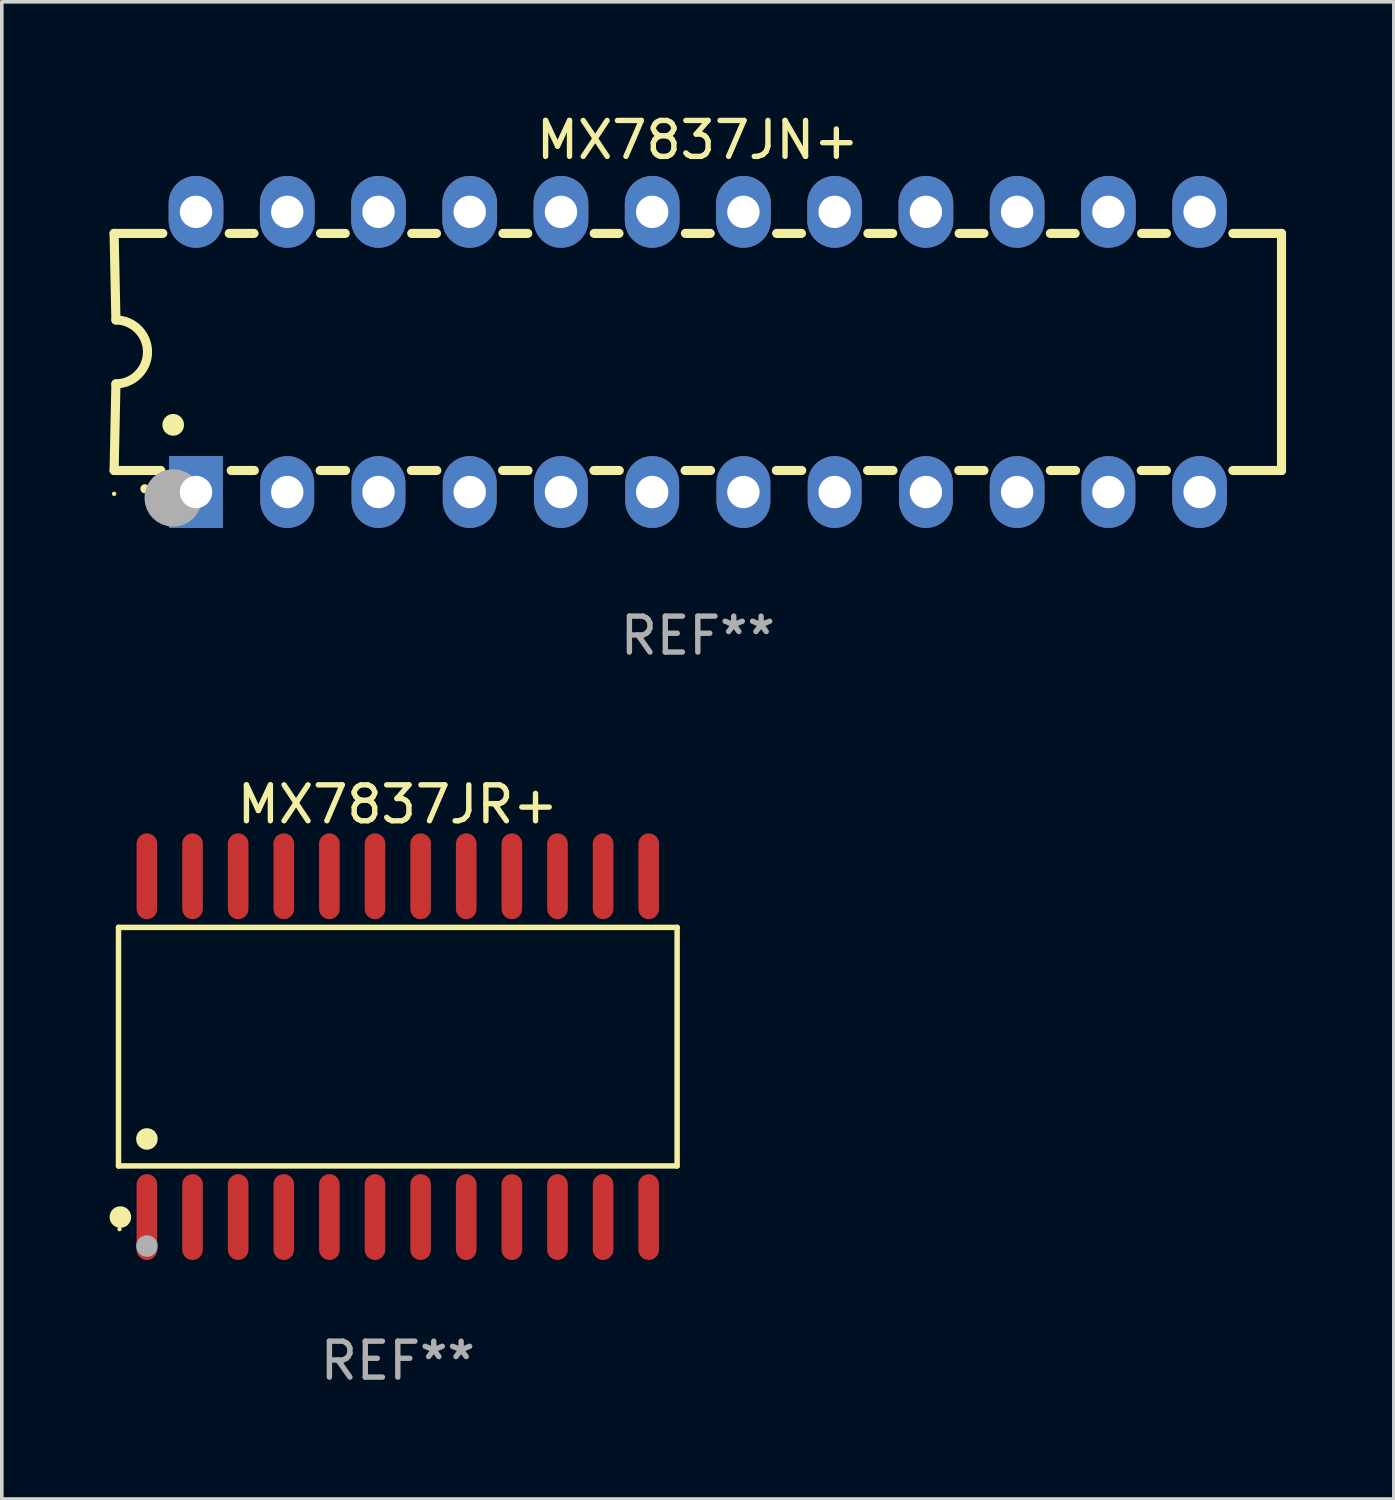
<source format=kicad_pcb>
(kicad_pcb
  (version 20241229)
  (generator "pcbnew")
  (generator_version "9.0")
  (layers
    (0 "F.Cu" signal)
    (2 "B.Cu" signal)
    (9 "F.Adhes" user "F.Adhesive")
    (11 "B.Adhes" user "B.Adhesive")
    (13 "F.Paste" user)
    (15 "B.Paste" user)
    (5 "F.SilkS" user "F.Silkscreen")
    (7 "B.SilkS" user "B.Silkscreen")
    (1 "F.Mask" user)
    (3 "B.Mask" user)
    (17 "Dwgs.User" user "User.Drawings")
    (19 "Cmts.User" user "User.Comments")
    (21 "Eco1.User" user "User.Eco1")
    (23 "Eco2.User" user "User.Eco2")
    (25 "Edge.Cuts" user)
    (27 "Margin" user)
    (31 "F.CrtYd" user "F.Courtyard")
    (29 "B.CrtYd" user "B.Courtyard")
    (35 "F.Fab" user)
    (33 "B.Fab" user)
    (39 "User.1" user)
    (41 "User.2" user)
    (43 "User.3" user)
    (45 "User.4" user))
  (footprint "MX7837JN+"
    (layer "F.Cu")
    (at 16.377 6.748)
    (property "Reference" "MX7837JN+" (at 0 -5.9 0) (layer "F.SilkS") (effects (font (size 1 1) (thickness 0.15))))
    (attr through_hole)
    (fp_line (start -16.25 -3.3) (end -16.2 -0.889) (stroke (width 0.254) (type solid)) (layer "F.SilkS"))
    (fp_line (start -16.25 -3.3) (end -14.895 -3.3) (stroke (width 0.254) (type solid)) (layer "F.SilkS"))
    (fp_line (start -16.25 3.3) (end -16.2 0.889) (stroke (width 0.254) (type solid)) (layer "F.SilkS"))
    (fp_line (start -16.25 3.3) (end -14.951 3.3) (stroke (width 0.254) (type solid)) (layer "F.SilkS"))
    (fp_line (start -13.045 -3.3) (end -12.355 -3.3) (stroke (width 0.254) (type solid)) (layer "F.SilkS"))
    (fp_line (start -12.989 3.3) (end -12.347 3.3) (stroke (width 0.254) (type solid)) (layer "F.SilkS"))
    (fp_line (start -10.514 3.3) (end -9.807 3.3) (stroke (width 0.254) (type solid)) (layer "F.SilkS"))
    (fp_line (start -10.505 -3.3) (end -9.815 -3.3) (stroke (width 0.254) (type solid)) (layer "F.SilkS"))
    (fp_line (start -7.974 3.3) (end -7.267 3.3) (stroke (width 0.254) (type solid)) (layer "F.SilkS"))
    (fp_line (start -7.965 -3.3) (end -7.275 -3.3) (stroke (width 0.254) (type solid)) (layer "F.SilkS"))
    (fp_line (start -5.434 3.3) (end -4.727 3.3) (stroke (width 0.254) (type solid)) (layer "F.SilkS"))
    (fp_line (start -5.425 -3.3) (end -4.735 -3.3) (stroke (width 0.254) (type solid)) (layer "F.SilkS"))
    (fp_line (start -2.894 3.3) (end -2.187 3.3) (stroke (width 0.254) (type solid)) (layer "F.SilkS"))
    (fp_line (start -2.885 -3.3) (end -2.195 -3.3) (stroke (width 0.254) (type solid)) (layer "F.SilkS"))
    (fp_line (start -0.354 3.3) (end 0.353 3.3) (stroke (width 0.254) (type solid)) (layer "F.SilkS"))
    (fp_line (start -0.345 -3.3) (end 0.345 -3.3) (stroke (width 0.254) (type solid)) (layer "F.SilkS"))
    (fp_line (start 2.186 3.3) (end 2.893 3.3) (stroke (width 0.254) (type solid)) (layer "F.SilkS"))
    (fp_line (start 2.195 -3.3) (end 2.885 -3.3) (stroke (width 0.254) (type solid)) (layer "F.SilkS"))
    (fp_line (start 4.726 3.3) (end 5.434 3.3) (stroke (width 0.254) (type solid)) (layer "F.SilkS"))
    (fp_line (start 4.735 -3.3) (end 5.425 -3.3) (stroke (width 0.254) (type solid)) (layer "F.SilkS"))
    (fp_line (start 7.266 3.3) (end 7.965 3.3) (stroke (width 0.254) (type solid)) (layer "F.SilkS"))
    (fp_line (start 7.275 -3.3) (end 7.965 -3.3) (stroke (width 0.254) (type solid)) (layer "F.SilkS"))
    (fp_line (start 9.815 -3.3) (end 10.505 -3.3) (stroke (width 0.254) (type solid)) (layer "F.SilkS"))
    (fp_line (start 9.815 3.3) (end 10.514 3.3) (stroke (width 0.254) (type solid)) (layer "F.SilkS"))
    (fp_line (start 12.346 3.3) (end 13.045 3.3) (stroke (width 0.254) (type solid)) (layer "F.SilkS"))
    (fp_line (start 12.355 -3.3) (end 13.045 -3.3) (stroke (width 0.254) (type solid)) (layer "F.SilkS"))
    (fp_line (start 16.25 -3.3) (end 14.895 -3.3) (stroke (width 0.254) (type solid)) (layer "F.SilkS"))
    (fp_line (start 16.25 -3.3) (end 16.25 3.3) (stroke (width 0.254) (type solid)) (layer "F.SilkS"))
    (fp_line (start 16.25 3.3) (end 14.895 3.3) (stroke (width 0.254) (type solid)) (layer "F.SilkS"))
    (fp_arc (start -16.201016 -0.890146) (mid -15.311429 -0.001055) (end -16.200025 0.889027) (stroke (width 0.254001) (type solid)) (layer "F.SilkS"))
    (fp_arc (start -15.394971 3.810033) (mid -15.394978 3.808763) (end -15.394971 3.807493) (stroke (width 0.25) (type solid)) (layer "F.SilkS"))
    (fp_arc (start -14.605029 2.032029) (mid -14.60504 2.029489) (end -14.605029 2.026949) (stroke (width 0.6) (type solid)) (layer "F.SilkS"))
    (fp_circle (center -16.25 3.95) (end -16.22 3.95) (stroke (width 0.06) (type solid)) (fill no) (layer "F.SilkS"))
    (fp_circle (center -14.605 4.064) (end -14.205 4.064) (stroke (width 0.8) (type solid)) (fill no) (layer "F.Fab"))
    (fp_text user "REF**" (at 0 7.9 0) (layer "F.Fab") (effects (font (size 1 1) (thickness 0.15))))
    (pad "1" thru_hole rect (at -13.97 3.9 90) (size 2 1.5) (drill 0.9) (layers "*.Cu" "*.Mask"))
    (pad "2" thru_hole oval (at -11.43 3.9 90) (size 2 1.5) (drill 0.9) (layers "*.Cu" "*.Mask"))
    (pad "3" thru_hole oval (at -8.89 3.9 90) (size 2 1.5) (drill 0.9) (layers "*.Cu" "*.Mask"))
    (pad "4" thru_hole oval (at -6.35 3.9 90) (size 2 1.5) (drill 0.9) (layers "*.Cu" "*.Mask"))
    (pad "5" thru_hole oval (at -3.81 3.9 90) (size 2 1.5) (drill 0.9) (layers "*.Cu" "*.Mask"))
    (pad "6" thru_hole oval (at -1.27 3.9 90) (size 2 1.5) (drill 0.9) (layers "*.Cu" "*.Mask"))
    (pad "7" thru_hole oval (at 1.27 3.9 90) (size 2 1.5) (drill 0.9) (layers "*.Cu" "*.Mask"))
    (pad "8" thru_hole oval (at 3.81 3.9 90) (size 2 1.5) (drill 0.9) (layers "*.Cu" "*.Mask"))
    (pad "9" thru_hole oval (at 6.35 3.9 90) (size 2 1.5) (drill 0.9) (layers "*.Cu" "*.Mask"))
    (pad "10" thru_hole oval (at 8.89 3.9 90) (size 2 1.524) (drill 0.9) (layers "*.Cu" "*.Mask"))
    (pad "11" thru_hole oval (at 11.43 3.9 90) (size 2 1.5) (drill 0.9) (layers "*.Cu" "*.Mask"))
    (pad "12" thru_hole oval (at 13.97 3.9 90) (size 2 1.524) (drill 0.9) (layers "*.Cu" "*.Mask"))
    (pad "13" thru_hole oval (at 13.97 -3.9 90) (size 2 1.524) (drill 0.9) (layers "*.Cu" "*.Mask"))
    (pad "14" thru_hole oval (at 11.43 -3.9 90) (size 2 1.524) (drill 0.9) (layers "*.Cu" "*.Mask"))
    (pad "15" thru_hole oval (at 8.89 -3.9 90) (size 2 1.524) (drill 0.9) (layers "*.Cu" "*.Mask"))
    (pad "16" thru_hole oval (at 6.35 -3.9 90) (size 2 1.524) (drill 0.9) (layers "*.Cu" "*.Mask"))
    (pad "17" thru_hole oval (at 3.81 -3.9 90) (size 2 1.524) (drill 0.9) (layers "*.Cu" "*.Mask"))
    (pad "18" thru_hole oval (at 1.27 -3.9 90) (size 2 1.524) (drill 0.9) (layers "*.Cu" "*.Mask"))
    (pad "19" thru_hole oval (at -1.27 -3.9 90) (size 2 1.524) (drill 0.9) (layers "*.Cu" "*.Mask"))
    (pad "20" thru_hole oval (at -3.81 -3.9 90) (size 2 1.524) (drill 0.9) (layers "*.Cu" "*.Mask"))
    (pad "21" thru_hole oval (at -6.35 -3.9 90) (size 2 1.524) (drill 0.9) (layers "*.Cu" "*.Mask"))
    (pad "22" thru_hole oval (at -8.89 -3.9 90) (size 2 1.524) (drill 0.9) (layers "*.Cu" "*.Mask"))
    (pad "23" thru_hole oval (at -11.43 -3.9 90) (size 2 1.524) (drill 0.9) (layers "*.Cu" "*.Mask"))
    (pad "24" thru_hole oval (at -13.97 -3.9 90) (size 2 1.524) (drill 0.9) (layers "*.Cu" "*.Mask")))
  (footprint "MX7837JR+"
    (layer "F.Cu")
    (at 8.025 26.089)
    (property "Reference" "MX7837JR+" (at 0 -6.744 0) (layer "F.SilkS") (effects (font (size 1 1) (thickness 0.15))))
    (attr through_hole)
    (fp_line (start -7.776 -3.321) (end 7.776 -3.321) (stroke (width 0.152) (type solid)) (layer "F.SilkS"))
    (fp_line (start -7.776 3.321) (end -7.776 -3.321) (stroke (width 0.152) (type solid)) (layer "F.SilkS"))
    (fp_line (start 7.776 -3.321) (end 7.776 3.321) (stroke (width 0.152) (type solid)) (layer "F.SilkS"))
    (fp_line (start 7.776 3.321) (end -7.776 3.321) (stroke (width 0.152) (type solid)) (layer "F.SilkS"))
    (fp_circle (center -7.747 5.08) (end -7.717 5.08) (stroke (width 0.06) (type solid)) (fill no) (layer "F.SilkS"))
    (fp_circle (center -7.724 4.744) (end -7.574 4.744) (stroke (width 0.3) (type solid)) (fill no) (layer "F.SilkS"))
    (fp_circle (center -6.985 2.569) (end -6.835 2.569) (stroke (width 0.3) (type solid)) (fill no) (layer "F.SilkS"))
    (fp_circle (center -6.985 5.55) (end -6.835 5.55) (stroke (width 0.3) (type solid)) (fill no) (layer "F.Fab"))
    (fp_text user "REF**" (at 0 8.744 0) (layer "F.Fab") (effects (font (size 1 1) (thickness 0.15))))
    (pad "1" smd oval (at -6.985 4.744) (size 0.574 2.388) (layers "F.Cu" "F.Mask" "F.Paste"))
    (pad "2" smd oval (at -5.715 4.744) (size 0.574 2.388) (layers "F.Cu" "F.Mask" "F.Paste"))
    (pad "3" smd oval (at -4.445 4.744) (size 0.574 2.388) (layers "F.Cu" "F.Mask" "F.Paste"))
    (pad "4" smd oval (at -3.175 4.744) (size 0.574 2.388) (layers "F.Cu" "F.Mask" "F.Paste"))
    (pad "5" smd oval (at -1.905 4.744) (size 0.574 2.388) (layers "F.Cu" "F.Mask" "F.Paste"))
    (pad "6" smd oval (at -0.635 4.744) (size 0.574 2.388) (layers "F.Cu" "F.Mask" "F.Paste"))
    (pad "7" smd oval (at 0.635 4.744) (size 0.574 2.388) (layers "F.Cu" "F.Mask" "F.Paste"))
    (pad "8" smd oval (at 1.905 4.744) (size 0.574 2.388) (layers "F.Cu" "F.Mask" "F.Paste"))
    (pad "9" smd oval (at 3.175 4.744) (size 0.574 2.388) (layers "F.Cu" "F.Mask" "F.Paste"))
    (pad "10" smd oval (at 4.445 4.744) (size 0.574 2.388) (layers "F.Cu" "F.Mask" "F.Paste"))
    (pad "11" smd oval (at 5.715 4.744) (size 0.574 2.388) (layers "F.Cu" "F.Mask" "F.Paste"))
    (pad "12" smd oval (at 6.985 4.744) (size 0.574 2.388) (layers "F.Cu" "F.Mask" "F.Paste"))
    (pad "13" smd oval (at 6.985 -4.744) (size 0.574 2.388) (layers "F.Cu" "F.Mask" "F.Paste"))
    (pad "14" smd oval (at 5.715 -4.744) (size 0.574 2.388) (layers "F.Cu" "F.Mask" "F.Paste"))
    (pad "15" smd oval (at 4.445 -4.744) (size 0.574 2.388) (layers "F.Cu" "F.Mask" "F.Paste"))
    (pad "16" smd oval (at 3.175 -4.744) (size 0.574 2.388) (layers "F.Cu" "F.Mask" "F.Paste"))
    (pad "17" smd oval (at 1.905 -4.744) (size 0.574 2.388) (layers "F.Cu" "F.Mask" "F.Paste"))
    (pad "18" smd oval (at 0.635 -4.744) (size 0.574 2.388) (layers "F.Cu" "F.Mask" "F.Paste"))
    (pad "19" smd oval (at -0.635 -4.744) (size 0.574 2.388) (layers "F.Cu" "F.Mask" "F.Paste"))
    (pad "20" smd oval (at -1.905 -4.744) (size 0.574 2.388) (layers "F.Cu" "F.Mask" "F.Paste"))
    (pad "21" smd oval (at -3.175 -4.744) (size 0.574 2.388) (layers "F.Cu" "F.Mask" "F.Paste"))
    (pad "22" smd oval (at -4.445 -4.744) (size 0.574 2.388) (layers "F.Cu" "F.Mask" "F.Paste"))
    (pad "23" smd oval (at -5.715 -4.744) (size 0.574 2.388) (layers "F.Cu" "F.Mask" "F.Paste"))
    (pad "24" smd oval (at -6.985 -4.744) (size 0.574 2.388) (layers "F.Cu" "F.Mask" "F.Paste")))
  (gr_rect
    (start -3 -3)
    (end 35.754 38.681)
    (stroke (width 0.1) (type default))
    (fill no)
    (layer "Edge.Cuts")))
</source>
